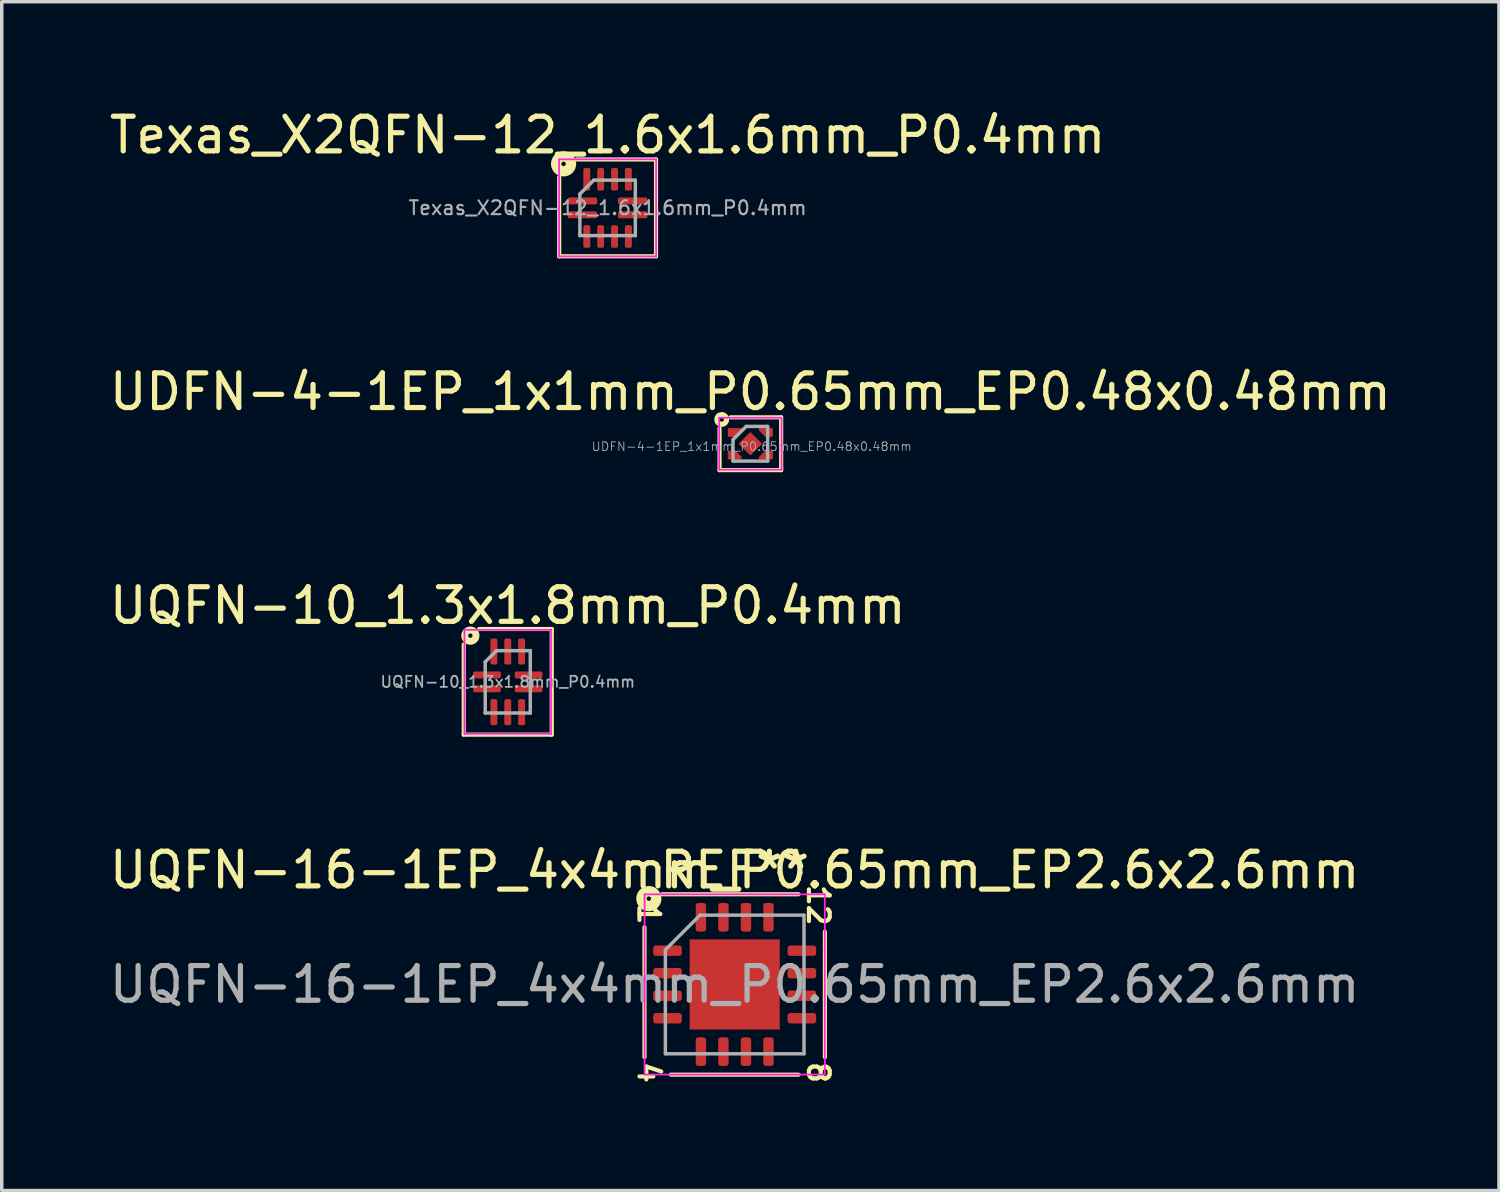
<source format=kicad_pcb>
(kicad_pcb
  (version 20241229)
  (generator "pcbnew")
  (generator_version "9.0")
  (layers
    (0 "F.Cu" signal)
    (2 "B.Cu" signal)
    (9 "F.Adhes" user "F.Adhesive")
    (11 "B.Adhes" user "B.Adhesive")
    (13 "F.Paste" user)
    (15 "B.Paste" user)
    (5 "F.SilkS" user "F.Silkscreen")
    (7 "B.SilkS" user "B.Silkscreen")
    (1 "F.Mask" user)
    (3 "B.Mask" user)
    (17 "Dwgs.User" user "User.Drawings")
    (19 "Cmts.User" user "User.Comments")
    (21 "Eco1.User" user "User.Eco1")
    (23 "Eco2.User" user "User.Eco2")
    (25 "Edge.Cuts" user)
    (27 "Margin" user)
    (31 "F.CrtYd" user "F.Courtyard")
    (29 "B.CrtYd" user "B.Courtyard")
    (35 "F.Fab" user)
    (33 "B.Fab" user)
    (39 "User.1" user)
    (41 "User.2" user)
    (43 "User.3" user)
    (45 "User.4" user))
  (footprint "UQFN-16-1EP_4x4mm_P0.65mm_EP2.6x2.6mm"
    (layer "F.Cu")
    (at 18.149 25.356)
    (property "Reference" "UQFN-16-1EP_4x4mm_P0.65mm_EP2.6x2.6mm" (at 0 -3.3 0) (layer "F.SilkS") (effects (font (size 1 1) (thickness 0.15))))
    (attr smd)
    (fp_line (start -2.603 -1.651) (end -2.603 2.095) (stroke (width 0.12) (type solid)) (layer "F.SilkS"))
    (fp_line (start -1.841 2.603) (end 1.841 2.603) (stroke (width 0.12) (type solid)) (layer "F.SilkS"))
    (fp_line (start 1.841 -2.603) (end -2.095 -2.603) (stroke (width 0.12) (type solid)) (layer "F.SilkS"))
    (fp_line (start 2.603 2.095) (end 2.603 -1.524) (stroke (width 0.12) (type solid)) (layer "F.SilkS"))
    (fp_circle (center -2.477 -2.477) (end -2.413 -2.477) (stroke (width 0.3) (type solid)) (fill no) (layer "F.SilkS"))
    (fp_line (start -2.6 -2.6) (end -2.6 2.6) (stroke (width 0.05) (type solid)) (layer "F.CrtYd"))
    (fp_line (start -2.6 2.6) (end 2.6 2.6) (stroke (width 0.05) (type solid)) (layer "F.CrtYd"))
    (fp_line (start 2.6 -2.6) (end -2.6 -2.6) (stroke (width 0.05) (type solid)) (layer "F.CrtYd"))
    (fp_line (start 2.6 2.6) (end 2.6 -2.6) (stroke (width 0.05) (type solid)) (layer "F.CrtYd"))
    (fp_line (start -2 -1) (end -1 -2) (stroke (width 0.1) (type solid)) (layer "F.Fab"))
    (fp_line (start -2 2) (end -2 -1) (stroke (width 0.1) (type solid)) (layer "F.Fab"))
    (fp_line (start -1 -2) (end 2 -2) (stroke (width 0.1) (type solid)) (layer "F.Fab"))
    (fp_line (start 2 -2) (end 2 2) (stroke (width 0.1) (type solid)) (layer "F.Fab"))
    (fp_line (start 2 2) (end -2 2) (stroke (width 0.1) (type solid)) (layer "F.Fab"))
    (fp_text user "REF**" (at 0 -3.3 0) (layer "F.SilkS") (effects (font (size 1 1) (thickness 0.15))))
    (fp_text user "1" (at -2.477 -2.032 270) (unlocked yes) (layer "F.SilkS") (effects (font (size 0.6 0.6) (thickness 0.12))))
    (fp_text user "8" (at 2.413 2.54 270) (unlocked yes) (layer "F.SilkS") (effects (font (size 0.6 0.6) (thickness 0.12))))
    (fp_text user "12" (at 2.413 -2.286 270) (unlocked yes) (layer "F.SilkS") (effects (font (size 0.6 0.6) (thickness 0.12))))
    (fp_text user "4" (at -2.477 2.54 270) (unlocked yes) (layer "F.SilkS") (effects (font (size 0.6 0.6) (thickness 0.12))))
    (fp_text user "${REFERENCE}" (at 0 0 0) (layer "F.Fab") (effects (font (size 1 1) (thickness 0.15))))
    (pad "" smd roundrect (at -0.65 -0.65) (size 1.05 1.05) (layers "F.Paste") (roundrect_rratio 0.238))
    (pad "" smd roundrect (at -0.65 0.65) (size 1.05 1.05) (layers "F.Paste") (roundrect_rratio 0.238))
    (pad "" smd roundrect (at 0.65 -0.65) (size 1.05 1.05) (layers "F.Paste") (roundrect_rratio 0.238))
    (pad "" smd roundrect (at 0.65 0.65) (size 1.05 1.05) (layers "F.Paste") (roundrect_rratio 0.238))
    (pad "1" smd roundrect (at -1.938 -0.975) (size 0.825 0.3) (layers "F.Cu" "F.Mask" "F.Paste") (roundrect_rratio 0.25))
    (pad "2" smd roundrect (at -1.938 -0.325) (size 0.825 0.3) (layers "F.Cu" "F.Mask" "F.Paste") (roundrect_rratio 0.25))
    (pad "3" smd roundrect (at -1.938 0.325) (size 0.825 0.3) (layers "F.Cu" "F.Mask" "F.Paste") (roundrect_rratio 0.25))
    (pad "4" smd roundrect (at -1.938 0.975) (size 0.825 0.3) (layers "F.Cu" "F.Mask" "F.Paste") (roundrect_rratio 0.25))
    (pad "5" smd roundrect (at -0.975 1.938) (size 0.3 0.825) (layers "F.Cu" "F.Mask" "F.Paste") (roundrect_rratio 0.25))
    (pad "6" smd roundrect (at -0.325 1.938) (size 0.3 0.825) (layers "F.Cu" "F.Mask" "F.Paste") (roundrect_rratio 0.25))
    (pad "7" smd roundrect (at 0.325 1.938) (size 0.3 0.825) (layers "F.Cu" "F.Mask" "F.Paste") (roundrect_rratio 0.25))
    (pad "8" smd roundrect (at 0.975 1.938) (size 0.3 0.825) (layers "F.Cu" "F.Mask" "F.Paste") (roundrect_rratio 0.25))
    (pad "9" smd roundrect (at 1.938 0.975) (size 0.825 0.3) (layers "F.Cu" "F.Mask" "F.Paste") (roundrect_rratio 0.25))
    (pad "10" smd roundrect (at 1.938 0.325) (size 0.825 0.3) (layers "F.Cu" "F.Mask" "F.Paste") (roundrect_rratio 0.25))
    (pad "11" smd roundrect (at 1.938 -0.325) (size 0.825 0.3) (layers "F.Cu" "F.Mask" "F.Paste") (roundrect_rratio 0.25))
    (pad "12" smd roundrect (at 1.938 -0.975) (size 0.825 0.3) (layers "F.Cu" "F.Mask" "F.Paste") (roundrect_rratio 0.25))
    (pad "13" smd roundrect (at 0.975 -1.938) (size 0.3 0.825) (layers "F.Cu" "F.Mask" "F.Paste") (roundrect_rratio 0.25))
    (pad "14" smd roundrect (at 0.325 -1.938) (size 0.3 0.825) (layers "F.Cu" "F.Mask" "F.Paste") (roundrect_rratio 0.25))
    (pad "15" smd roundrect (at -0.325 -1.938) (size 0.3 0.825) (layers "F.Cu" "F.Mask" "F.Paste") (roundrect_rratio 0.25))
    (pad "16" smd roundrect (at -0.975 -1.938) (size 0.3 0.825) (layers "F.Cu" "F.Mask" "F.Paste") (roundrect_rratio 0.25))
    (pad "17" smd rect (at 0 0) (size 2.6 2.6) (layers "F.Cu" "F.Mask")))
  (footprint "Texas_X2QFN-12_1.6x1.6mm_P0.4mm"
    (layer "F.Cu")
    (at 14.482 2.948)
    (property "Reference" "Texas_X2QFN-12_1.6x1.6mm_P0.4mm" (at 0 -2.1 0) (layer "F.SilkS") (effects (font (size 1 1) (thickness 0.15))))
    (attr smd)
    (fp_line (start -1.397 1.397) (end -1.397 -0.889) (stroke (width 0.12) (type solid)) (layer "F.SilkS"))
    (fp_line (start -0.889 -1.397) (end 1.397 -1.397) (stroke (width 0.12) (type solid)) (layer "F.SilkS"))
    (fp_line (start 1.397 -1.397) (end 1.397 1.397) (stroke (width 0.12) (type solid)) (layer "F.SilkS"))
    (fp_line (start 1.397 1.397) (end -1.397 1.397) (stroke (width 0.12) (type solid)) (layer "F.SilkS"))
    (fp_circle (center -1.27 -1.27) (end -1.206 -1.27) (stroke (width 0.3) (type solid)) (fill no) (layer "F.SilkS"))
    (fp_line (start -1.4 -1.4) (end -1.4 1.4) (stroke (width 0.05) (type solid)) (layer "F.CrtYd"))
    (fp_line (start -1.4 1.4) (end 1.4 1.4) (stroke (width 0.05) (type solid)) (layer "F.CrtYd"))
    (fp_line (start 1.4 -1.4) (end -1.4 -1.4) (stroke (width 0.05) (type solid)) (layer "F.CrtYd"))
    (fp_line (start 1.4 1.4) (end 1.4 -1.4) (stroke (width 0.05) (type solid)) (layer "F.CrtYd"))
    (fp_line (start -0.8 -0.4) (end -0.4 -0.8) (stroke (width 0.1) (type solid)) (layer "F.Fab"))
    (fp_line (start -0.8 0.8) (end -0.8 -0.4) (stroke (width 0.1) (type solid)) (layer "F.Fab"))
    (fp_line (start -0.4 -0.8) (end 0.8 -0.8) (stroke (width 0.1) (type solid)) (layer "F.Fab"))
    (fp_line (start 0.8 -0.8) (end 0.8 0.8) (stroke (width 0.1) (type solid)) (layer "F.Fab"))
    (fp_line (start 0.8 0.8) (end -0.8 0.8) (stroke (width 0.1) (type solid)) (layer "F.Fab"))
    (fp_text user "${REFERENCE}" (at 0 0 0) (layer "F.Fab") (effects (font (size 0.4 0.4) (thickness 0.06))))
    (pad "1" smd roundrect (at -0.725 -0.2) (size 0.85 0.2) (layers "F.Cu" "F.Mask" "F.Paste") (roundrect_rratio 0.25))
    (pad "2" smd roundrect (at -0.725 0.2) (size 0.85 0.2) (layers "F.Cu" "F.Mask" "F.Paste") (roundrect_rratio 0.25))
    (pad "3" smd roundrect (at -0.6 0.825) (size 0.2 0.65) (layers "F.Cu" "F.Mask" "F.Paste") (roundrect_rratio 0.25))
    (pad "4" smd roundrect (at -0.2 0.825) (size 0.2 0.65) (layers "F.Cu" "F.Mask" "F.Paste") (roundrect_rratio 0.25))
    (pad "5" smd roundrect (at 0.2 0.825) (size 0.2 0.65) (layers "F.Cu" "F.Mask" "F.Paste") (roundrect_rratio 0.25))
    (pad "6" smd roundrect (at 0.6 0.825) (size 0.2 0.65) (layers "F.Cu" "F.Mask" "F.Paste") (roundrect_rratio 0.25))
    (pad "7" smd roundrect (at 0.725 0.2) (size 0.85 0.2) (layers "F.Cu" "F.Mask" "F.Paste") (roundrect_rratio 0.25))
    (pad "8" smd roundrect (at 0.725 -0.2) (size 0.85 0.2) (layers "F.Cu" "F.Mask" "F.Paste") (roundrect_rratio 0.25))
    (pad "9" smd roundrect (at 0.6 -0.825) (size 0.2 0.65) (layers "F.Cu" "F.Mask" "F.Paste") (roundrect_rratio 0.25))
    (pad "10" smd roundrect (at 0.2 -0.825) (size 0.2 0.65) (layers "F.Cu" "F.Mask" "F.Paste") (roundrect_rratio 0.25))
    (pad "11" smd roundrect (at -0.2 -0.825) (size 0.2 0.65) (layers "F.Cu" "F.Mask" "F.Paste") (roundrect_rratio 0.25))
    (pad "12" smd roundrect (at -0.6 -0.825) (size 0.2 0.65) (layers "F.Cu" "F.Mask" "F.Paste") (roundrect_rratio 0.25)))
  (footprint "UDFN-4-1EP_1x1mm_P0.65mm_EP0.48x0.48mm"
    (layer "F.Cu")
    (at 18.601 9.754)
    (property "Reference" "UDFN-4-1EP_1x1mm_P0.65mm_EP0.48x0.48mm" (at 0 -1.5 0) (layer "F.SilkS") (effects (font (size 1 1) (thickness 0.15))))
    (attr smd)
    (fp_line (start -0.889 0.762) (end -0.889 -0.445) (stroke (width 0.12) (type solid)) (layer "F.SilkS"))
    (fp_line (start -0.572 -0.762) (end 0.889 -0.762) (stroke (width 0.12) (type solid)) (layer "F.SilkS"))
    (fp_line (start 0.889 -0.762) (end 0.889 0.699) (stroke (width 0.12) (type solid)) (layer "F.SilkS"))
    (fp_line (start 0.889 0.699) (end 0.889 0.762) (stroke (width 0.12) (type solid)) (layer "F.SilkS"))
    (fp_line (start 0.889 0.762) (end -0.889 0.762) (stroke (width 0.12) (type solid)) (layer "F.SilkS"))
    (fp_circle (center -0.826 -0.7) (end -0.762 -0.7) (stroke (width 0.15) (type solid)) (fill no) (layer "F.SilkS"))
    (fp_line (start -0.9 -0.75) (end 0.9 -0.75) (stroke (width 0.05) (type solid)) (layer "F.CrtYd"))
    (fp_line (start -0.9 0.75) (end -0.9 -0.75) (stroke (width 0.05) (type solid)) (layer "F.CrtYd"))
    (fp_line (start 0.9 -0.75) (end 0.9 0.75) (stroke (width 0.05) (type solid)) (layer "F.CrtYd"))
    (fp_line (start 0.9 0.75) (end -0.9 0.75) (stroke (width 0.05) (type solid)) (layer "F.CrtYd"))
    (fp_line (start -0.5 0.5) (end -0.5 -0.12) (stroke (width 0.1) (type solid)) (layer "F.Fab"))
    (fp_line (start -0.12 -0.5) (end -0.5 -0.12) (stroke (width 0.1) (type solid)) (layer "F.Fab"))
    (fp_line (start -0.12 -0.5) (end 0.5 -0.5) (stroke (width 0.1) (type solid)) (layer "F.Fab"))
    (fp_line (start 0.5 -0.5) (end 0.5 0.5) (stroke (width 0.1) (type solid)) (layer "F.Fab"))
    (fp_line (start 0.5 0.5) (end -0.5 0.5) (stroke (width 0.1) (type solid)) (layer "F.Fab"))
    (fp_text user "${REFERENCE}" (at 0.04 0.08 0) (layer "F.Fab") (effects (font (size 0.25 0.25) (thickness 0.025))))
    (pad "1" smd custom (at -0.54 -0.325) (size 0.22 0.25) (layers "F.Cu" "F.Mask" "F.Paste") (options (anchor rect)) (primitives (gr_poly (pts (xy 0.11 -0.125) (xy 0.36 -0.125) (xy 0.11 0.125)) (width 0) (fill yes))))
    (pad "2" smd custom (at -0.54 0.325) (size 0.22 0.25) (layers "F.Cu" "F.Mask" "F.Paste") (options (anchor rect)) (primitives (gr_poly (pts (xy 0.11 0.125) (xy 0.29 0.125) (xy 0.29 0.055) (xy 0.11 -0.125)) (width 0) (fill yes))))
    (pad "3" smd custom (at 0.54 0.325) (size 0.22 0.25) (layers "F.Cu" "F.Mask" "F.Paste") (options (anchor rect)) (primitives (gr_poly (pts (xy -0.11 0.125) (xy -0.29 0.125) (xy -0.29 0.055) (xy -0.11 -0.125)) (width 0) (fill yes))))
    (pad "4" smd custom (at 0.54 -0.325) (size 0.22 0.25) (layers "F.Cu" "F.Mask" "F.Paste") (options (anchor rect)) (primitives (gr_poly (pts (xy -0.11 -0.125) (xy -0.29 -0.125) (xy -0.29 -0.055) (xy -0.11 0.125)) (width 0) (fill yes))))
    (pad "5" smd rect (at 0 0 45) (size 0.48 0.48) (layers "F.Cu" "F.Mask" "F.Paste")))
  (footprint "UQFN-10_1.3x1.8mm_P0.4mm"
    (layer "F.Cu")
    (at 11.601 16.624)
    (property "Reference" "UQFN-10_1.3x1.8mm_P0.4mm" (at 0 -2.2 0) (layer "F.SilkS") (effects (font (size 1 1) (thickness 0.15))))
    (attr smd)
    (fp_line (start -1.27 1.524) (end -1.27 -1.079) (stroke (width 0.12) (type solid)) (layer "F.SilkS"))
    (fp_line (start -0.826 -1.524) (end 1.206 -1.524) (stroke (width 0.12) (type solid)) (layer "F.SilkS"))
    (fp_line (start 1.206 -1.524) (end 1.27 -1.524) (stroke (width 0.12) (type solid)) (layer "F.SilkS"))
    (fp_line (start 1.27 -1.524) (end 1.27 1.524) (stroke (width 0.12) (type solid)) (layer "F.SilkS"))
    (fp_line (start 1.27 1.524) (end -1.27 1.524) (stroke (width 0.12) (type solid)) (layer "F.SilkS"))
    (fp_circle (center -1.079 -1.333) (end -1.016 -1.333) (stroke (width 0.2) (type solid)) (fill no) (layer "F.SilkS"))
    (fp_line (start -1.25 -1.5) (end -1.25 1.5) (stroke (width 0.05) (type solid)) (layer "F.CrtYd"))
    (fp_line (start -1.25 1.5) (end 1.25 1.5) (stroke (width 0.05) (type solid)) (layer "F.CrtYd"))
    (fp_line (start 1.25 -1.5) (end -1.25 -1.5) (stroke (width 0.05) (type solid)) (layer "F.CrtYd"))
    (fp_line (start 1.25 1.5) (end 1.25 -1.5) (stroke (width 0.05) (type solid)) (layer "F.CrtYd"))
    (fp_line (start -0.65 -0.575) (end -0.325 -0.9) (stroke (width 0.1) (type solid)) (layer "F.Fab"))
    (fp_line (start -0.65 0.9) (end -0.65 -0.575) (stroke (width 0.1) (type solid)) (layer "F.Fab"))
    (fp_line (start -0.325 -0.9) (end 0.65 -0.9) (stroke (width 0.1) (type solid)) (layer "F.Fab"))
    (fp_line (start 0.65 -0.9) (end 0.65 0.9) (stroke (width 0.1) (type solid)) (layer "F.Fab"))
    (fp_line (start 0.65 0.9) (end -0.65 0.9) (stroke (width 0.1) (type solid)) (layer "F.Fab"))
    (fp_text user "${REFERENCE}" (at 0 0 0) (layer "F.Fab") (effects (font (size 0.32 0.32) (thickness 0.05))))
    (pad "1" smd roundrect (at -0.6 -0.2) (size 0.8 0.2) (layers "F.Cu" "F.Mask" "F.Paste") (roundrect_rratio 0.25))
    (pad "2" smd roundrect (at -0.6 0.2) (size 0.8 0.2) (layers "F.Cu" "F.Mask" "F.Paste") (roundrect_rratio 0.25))
    (pad "3" smd roundrect (at -0.4 0.875) (size 0.2 0.75) (layers "F.Cu" "F.Mask" "F.Paste") (roundrect_rratio 0.25))
    (pad "4" smd roundrect (at 0 0.875) (size 0.2 0.75) (layers "F.Cu" "F.Mask" "F.Paste") (roundrect_rratio 0.25))
    (pad "5" smd roundrect (at 0.4 0.875) (size 0.2 0.75) (layers "F.Cu" "F.Mask" "F.Paste") (roundrect_rratio 0.25))
    (pad "6" smd roundrect (at 0.6 0.2) (size 0.8 0.2) (layers "F.Cu" "F.Mask" "F.Paste") (roundrect_rratio 0.25))
    (pad "7" smd roundrect (at 0.6 -0.2) (size 0.8 0.2) (layers "F.Cu" "F.Mask" "F.Paste") (roundrect_rratio 0.25))
    (pad "8" smd roundrect (at 0.4 -0.875) (size 0.2 0.75) (layers "F.Cu" "F.Mask" "F.Paste") (roundrect_rratio 0.25))
    (pad "9" smd roundrect (at 0 -0.875) (size 0.2 0.75) (layers "F.Cu" "F.Mask" "F.Paste") (roundrect_rratio 0.25))
    (pad "10" smd roundrect (at -0.4 -0.875) (size 0.2 0.75) (layers "F.Cu" "F.Mask" "F.Paste") (roundrect_rratio 0.25)))
  (gr_rect
    (start -3 -3)
    (end 40.202 31.302)
    (stroke (width 0.1) (type default))
    (fill no)
    (layer "Edge.Cuts")))
</source>
